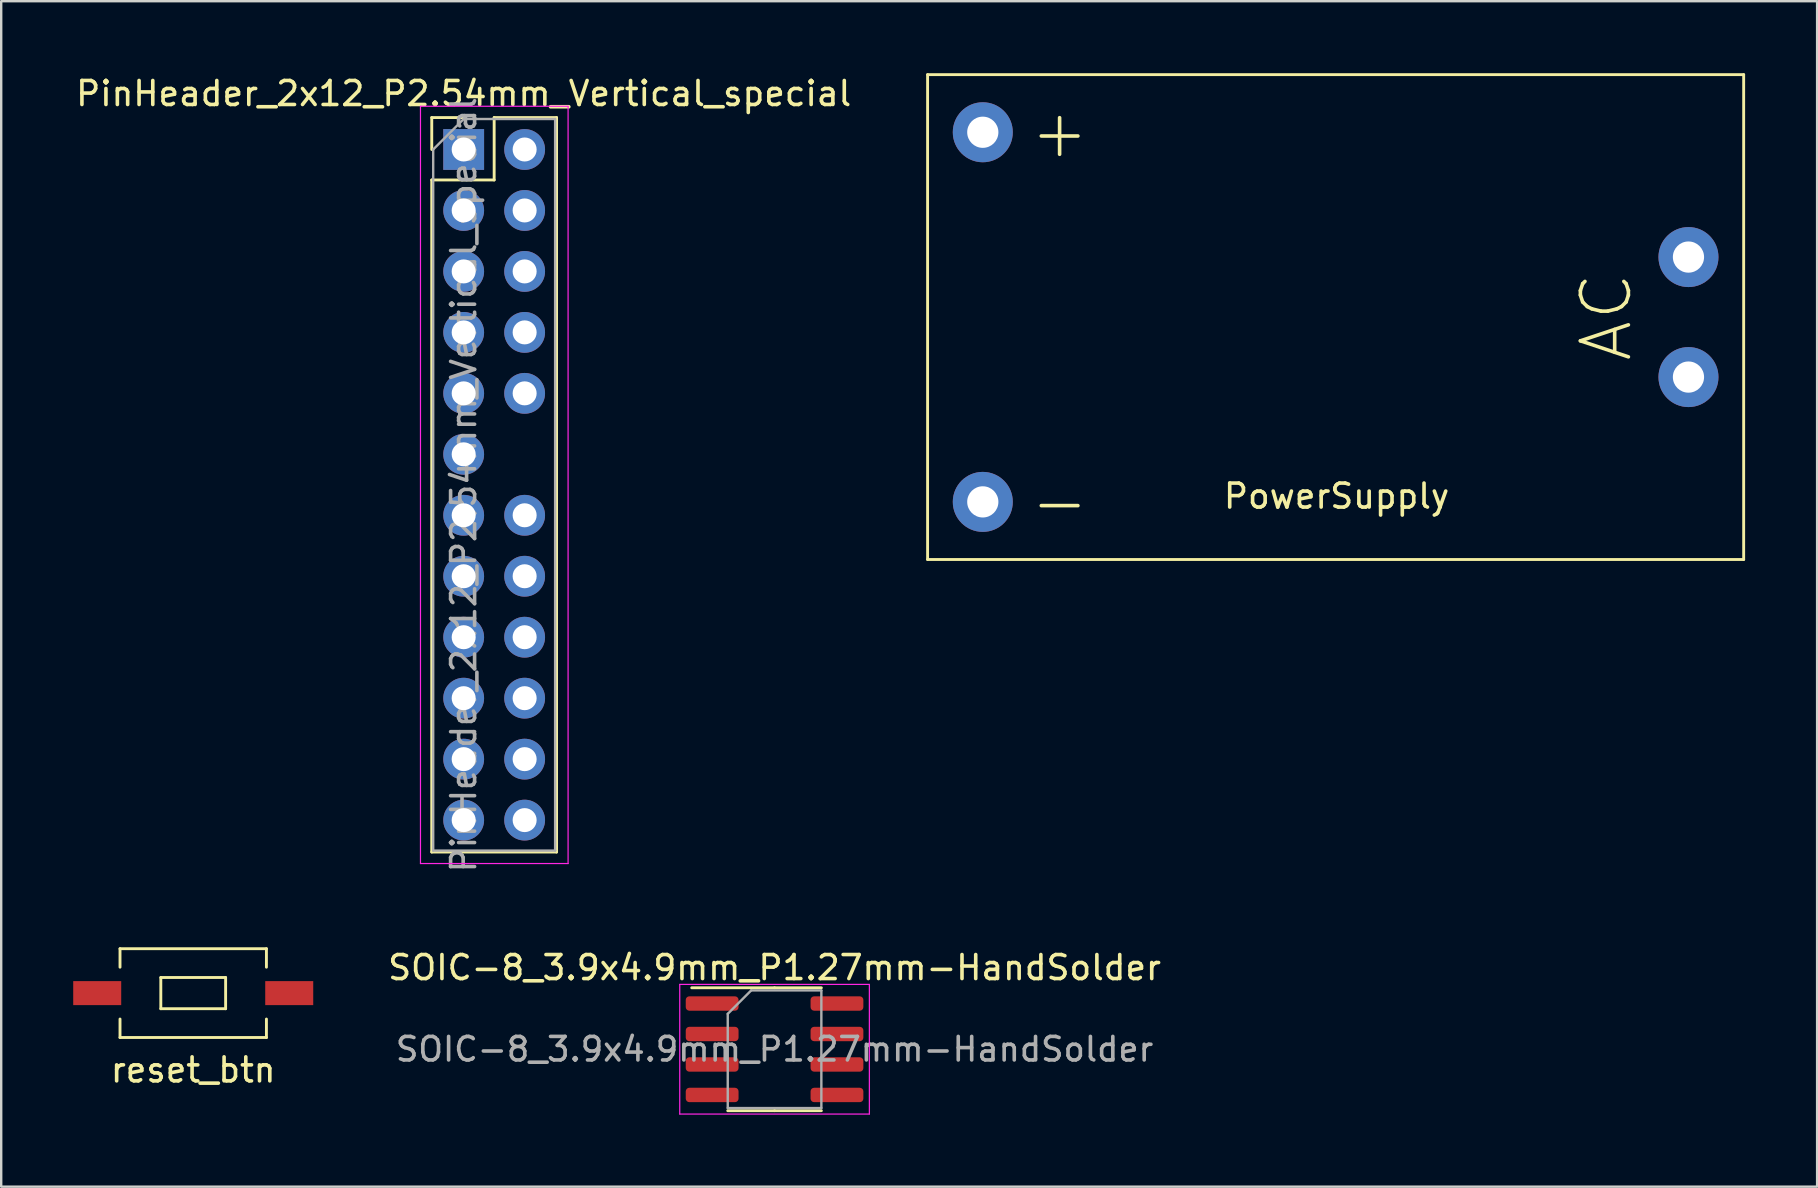
<source format=kicad_pcb>
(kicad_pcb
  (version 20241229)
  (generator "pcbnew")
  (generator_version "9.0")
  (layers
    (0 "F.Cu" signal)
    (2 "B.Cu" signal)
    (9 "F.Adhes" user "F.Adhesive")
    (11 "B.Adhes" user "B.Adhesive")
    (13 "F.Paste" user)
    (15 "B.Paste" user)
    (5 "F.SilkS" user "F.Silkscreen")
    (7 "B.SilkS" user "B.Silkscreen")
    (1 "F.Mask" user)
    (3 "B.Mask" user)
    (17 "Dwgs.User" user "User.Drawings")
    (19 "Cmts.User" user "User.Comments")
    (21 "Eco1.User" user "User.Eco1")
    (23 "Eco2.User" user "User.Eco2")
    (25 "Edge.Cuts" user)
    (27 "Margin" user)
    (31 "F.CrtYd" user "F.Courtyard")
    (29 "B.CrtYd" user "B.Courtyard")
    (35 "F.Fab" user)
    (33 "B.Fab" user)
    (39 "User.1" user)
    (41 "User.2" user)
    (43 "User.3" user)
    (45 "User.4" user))
  (footprint "PowerSupply"
    (layer "F.Cu")
    (at 52.596 10.16)
    (property "Reference" "PowerSupply" (at 0.04 7.46 0) (layer "F.SilkS") (effects (font (size 1 1) (thickness 0.15))))
    (attr through_hole)
    (fp_line (start -17 -10.1) (end -17 10.1) (stroke (width 0.12) (type solid)) (layer "F.SilkS"))
    (fp_line (start -17 -10.1) (end 17 -10.1) (stroke (width 0.12) (type solid)) (layer "F.SilkS"))
    (fp_line (start -17 10.1) (end 17 10.1) (stroke (width 0.12) (type solid)) (layer "F.SilkS"))
    (fp_line (start 17 -10.1) (end 17 10.1) (stroke (width 0.12) (type solid)) (layer "F.SilkS"))
    (fp_text user "-" (at -11.5 7.7 0) (layer "F.SilkS") (effects (font (size 2 2) (thickness 0.15))))
    (fp_text user "+" (at -11.5 -7.7 0) (layer "F.SilkS") (effects (font (size 2 2) (thickness 0.15))))
    (fp_text user "AC" (at 11.28 -0.01 90) (layer "F.SilkS") (effects (font (size 2 2) (thickness 0.15))))
    (pad "1" thru_hole circle (at 14.7 -2.5) (size 2.5 2.5) (drill 1.3) (layers "*.Cu" "*.Mask"))
    (pad "2" thru_hole circle (at 14.7 2.5) (size 2.5 2.5) (drill 1.3) (layers "*.Cu" "*.Mask"))
    (pad "3" thru_hole circle (at -14.7 7.7) (size 2.5 2.5) (drill 1.3) (layers "*.Cu" "*.Mask"))
    (pad "4" thru_hole circle (at -14.7 -7.7) (size 2.5 2.5) (drill 1.3) (layers "*.Cu" "*.Mask")))
  (footprint "PinHeader_2x12_P2.54mm_Vertical_special"
    (layer "F.Cu")
    (at 16.268 3.178)
    (property "Reference" "PinHeader_2x12_P2.54mm_Vertical_special" (at 0 -2.33 0) (layer "F.SilkS") (effects (font (size 1 1) (thickness 0.15))))
    (attr through_hole)
    (fp_line (start -1.33 -1.33) (end 0 -1.33) (stroke (width 0.12) (type solid)) (layer "F.SilkS"))
    (fp_line (start -1.33 0) (end -1.33 -1.33) (stroke (width 0.12) (type solid)) (layer "F.SilkS"))
    (fp_line (start -1.33 1.27) (end -1.33 29.27) (stroke (width 0.12) (type solid)) (layer "F.SilkS"))
    (fp_line (start -1.33 1.27) (end 1.27 1.27) (stroke (width 0.12) (type solid)) (layer "F.SilkS"))
    (fp_line (start -1.33 29.27) (end 3.87 29.27) (stroke (width 0.12) (type solid)) (layer "F.SilkS"))
    (fp_line (start 1.27 -1.33) (end 3.87 -1.33) (stroke (width 0.12) (type solid)) (layer "F.SilkS"))
    (fp_line (start 1.27 1.27) (end 1.27 -1.33) (stroke (width 0.12) (type solid)) (layer "F.SilkS"))
    (fp_line (start 3.87 -1.33) (end 3.87 29.27) (stroke (width 0.12) (type solid)) (layer "F.SilkS"))
    (fp_line (start -1.8 -1.8) (end -1.8 29.75) (stroke (width 0.05) (type solid)) (layer "F.CrtYd"))
    (fp_line (start -1.8 29.75) (end 4.35 29.75) (stroke (width 0.05) (type solid)) (layer "F.CrtYd"))
    (fp_line (start 4.35 -1.8) (end -1.8 -1.8) (stroke (width 0.05) (type solid)) (layer "F.CrtYd"))
    (fp_line (start 4.35 29.75) (end 4.35 -1.8) (stroke (width 0.05) (type solid)) (layer "F.CrtYd"))
    (fp_line (start -1.27 0) (end 0 -1.27) (stroke (width 0.1) (type solid)) (layer "F.Fab"))
    (fp_line (start -1.27 29.21) (end -1.27 0) (stroke (width 0.1) (type solid)) (layer "F.Fab"))
    (fp_line (start 0 -1.27) (end 3.81 -1.27) (stroke (width 0.1) (type solid)) (layer "F.Fab"))
    (fp_line (start 3.81 -1.27) (end 3.81 29.21) (stroke (width 0.1) (type solid)) (layer "F.Fab"))
    (fp_line (start 3.81 29.21) (end -1.27 29.21) (stroke (width 0.1) (type solid)) (layer "F.Fab"))
    (fp_text user "${REFERENCE}" (at 0 13.97 90) (layer "F.Fab") (effects (font (size 1 1) (thickness 0.15))))
    (pad "1" thru_hole rect (at 0 0) (size 1.7 1.7) (drill 1) (layers "*.Cu" "*.Mask"))
    (pad "2" thru_hole oval (at 2.54 0) (size 1.7 1.7) (drill 1) (layers "*.Cu" "*.Mask"))
    (pad "3" thru_hole oval (at 0 2.54) (size 1.7 1.7) (drill 1) (layers "*.Cu" "*.Mask"))
    (pad "4" thru_hole oval (at 2.54 2.54) (size 1.7 1.7) (drill 1) (layers "*.Cu" "*.Mask"))
    (pad "5" thru_hole oval (at 0 5.08) (size 1.7 1.7) (drill 1) (layers "*.Cu" "*.Mask"))
    (pad "6" thru_hole oval (at 2.54 5.08) (size 1.7 1.7) (drill 1) (layers "*.Cu" "*.Mask"))
    (pad "7" thru_hole oval (at 0 7.62) (size 1.7 1.7) (drill 1) (layers "*.Cu" "*.Mask"))
    (pad "8" thru_hole oval (at 2.54 7.62) (size 1.7 1.7) (drill 1) (layers "*.Cu" "*.Mask"))
    (pad "9" thru_hole oval (at 0 10.16) (size 1.7 1.7) (drill 1) (layers "*.Cu" "*.Mask"))
    (pad "10" thru_hole oval (at 2.54 10.16) (size 1.7 1.7) (drill 1) (layers "*.Cu" "*.Mask"))
    (pad "11" thru_hole oval (at 0 12.7) (size 1.7 1.7) (drill 1) (layers "*.Cu" "*.Mask"))
    (pad "13" thru_hole oval (at 0 15.24) (size 1.7 1.7) (drill 1) (layers "*.Cu" "*.Mask"))
    (pad "14" thru_hole oval (at 2.54 15.24) (size 1.7 1.7) (drill 1) (layers "*.Cu" "*.Mask"))
    (pad "15" thru_hole oval (at 0 17.78) (size 1.7 1.7) (drill 1) (layers "*.Cu" "*.Mask"))
    (pad "16" thru_hole oval (at 2.54 17.78) (size 1.7 1.7) (drill 1) (layers "*.Cu" "*.Mask"))
    (pad "17" thru_hole oval (at 0 20.32) (size 1.7 1.7) (drill 1) (layers "*.Cu" "*.Mask"))
    (pad "18" thru_hole oval (at 2.54 20.32) (size 1.7 1.7) (drill 1) (layers "*.Cu" "*.Mask"))
    (pad "19" thru_hole oval (at 0 22.86) (size 1.7 1.7) (drill 1) (layers "*.Cu" "*.Mask"))
    (pad "20" thru_hole oval (at 2.54 22.86) (size 1.7 1.7) (drill 1) (layers "*.Cu" "*.Mask"))
    (pad "21" thru_hole oval (at 0 25.4) (size 1.7 1.7) (drill 1) (layers "*.Cu" "*.Mask"))
    (pad "22" thru_hole oval (at 2.54 25.4) (size 1.7 1.7) (drill 1) (layers "*.Cu" "*.Mask"))
    (pad "23" thru_hole oval (at 0 27.94) (size 1.7 1.7) (drill 1) (layers "*.Cu" "*.Mask"))
    (pad "24" thru_hole oval (at 2.54 27.94) (size 1.7 1.7) (drill 1) (layers "*.Cu" "*.Mask")))
  (footprint "reset_btn"
    (layer "F.Cu")
    (at 5 38.326)
    (property "Reference" "reset_btn" (at 0 3.2 0) (layer "F.SilkS") (effects (font (size 1 1) (thickness 0.15))))
    (attr through_hole)
    (fp_line (start -3.05 -1.85) (end -3.05 -1.08) (stroke (width 0.12) (type solid)) (layer "F.SilkS"))
    (fp_line (start -3.05 -1.85) (end 3.05 -1.85) (stroke (width 0.12) (type solid)) (layer "F.SilkS"))
    (fp_line (start -3.05 1.08) (end -3.05 1.85) (stroke (width 0.12) (type solid)) (layer "F.SilkS"))
    (fp_line (start -3.05 1.85) (end 3.05 1.85) (stroke (width 0.12) (type solid)) (layer "F.SilkS"))
    (fp_line (start -1.35 -0.65) (end -1.35 0.65) (stroke (width 0.12) (type solid)) (layer "F.SilkS"))
    (fp_line (start -1.35 -0.65) (end 1.35 -0.65) (stroke (width 0.12) (type solid)) (layer "F.SilkS"))
    (fp_line (start -1.35 0.65) (end 1.35 0.65) (stroke (width 0.12) (type solid)) (layer "F.SilkS"))
    (fp_line (start 1.35 0.65) (end 1.35 -0.65) (stroke (width 0.12) (type solid)) (layer "F.SilkS"))
    (fp_line (start 3.05 -1.85) (end 3.05 -1.08) (stroke (width 0.12) (type solid)) (layer "F.SilkS"))
    (fp_line (start 3.05 1.08) (end 3.05 1.85) (stroke (width 0.12) (type solid)) (layer "F.SilkS"))
    (pad "1" smd rect (at 4 0) (size 2 1) (layers "F.Cu" "F.Mask" "F.Paste"))
    (pad "2" smd rect (at -4 0) (size 2 1) (layers "F.Cu" "F.Mask" "F.Paste")))
  (footprint "SOIC-8_3.9x4.9mm_P1.27mm-HandSolder"
    (layer "F.Cu")
    (at 29.22 40.664)
    (property "Reference" "SOIC-8_3.9x4.9mm_P1.27mm-HandSolder" (at 0 -3.4 0) (layer "F.SilkS") (effects (font (size 1 1) (thickness 0.15))))
    (attr smd)
    (fp_line (start 0 -2.56) (end -3.45 -2.56) (stroke (width 0.12) (type solid)) (layer "F.SilkS"))
    (fp_line (start 0 -2.56) (end 1.95 -2.56) (stroke (width 0.12) (type solid)) (layer "F.SilkS"))
    (fp_line (start 0 2.56) (end -1.95 2.56) (stroke (width 0.12) (type solid)) (layer "F.SilkS"))
    (fp_line (start 0 2.56) (end 1.95 2.56) (stroke (width 0.12) (type solid)) (layer "F.SilkS"))
    (fp_line (start -3.95 -2.7) (end -3.95 2.7) (stroke (width 0.05) (type solid)) (layer "F.CrtYd"))
    (fp_line (start -3.95 2.7) (end 3.95 2.7) (stroke (width 0.05) (type solid)) (layer "F.CrtYd"))
    (fp_line (start 3.95 -2.7) (end -3.95 -2.7) (stroke (width 0.05) (type solid)) (layer "F.CrtYd"))
    (fp_line (start 3.95 2.7) (end 3.95 -2.7) (stroke (width 0.05) (type solid)) (layer "F.CrtYd"))
    (fp_line (start -1.95 -1.475) (end -0.975 -2.45) (stroke (width 0.1) (type solid)) (layer "F.Fab"))
    (fp_line (start -1.95 2.45) (end -1.95 -1.475) (stroke (width 0.1) (type solid)) (layer "F.Fab"))
    (fp_line (start -0.975 -2.45) (end 1.95 -2.45) (stroke (width 0.1) (type solid)) (layer "F.Fab"))
    (fp_line (start 1.95 -2.45) (end 1.95 2.45) (stroke (width 0.1) (type solid)) (layer "F.Fab"))
    (fp_line (start 1.95 2.45) (end -1.95 2.45) (stroke (width 0.1) (type solid)) (layer "F.Fab"))
    (fp_text user "${REFERENCE}" (at 0 0 0) (layer "F.Fab") (effects (font (size 0.98 0.98) (thickness 0.15))))
    (pad "1" smd roundrect (at -2.6 -1.905) (size 2.2 0.6) (layers "F.Cu" "F.Mask" "F.Paste") (roundrect_rratio 0.25))
    (pad "2" smd roundrect (at -2.6 -0.635) (size 2.2 0.6) (layers "F.Cu" "F.Mask" "F.Paste") (roundrect_rratio 0.25))
    (pad "3" smd roundrect (at -2.6 0.635) (size 2.2 0.6) (layers "F.Cu" "F.Mask" "F.Paste") (roundrect_rratio 0.25))
    (pad "4" smd roundrect (at -2.6 1.905) (size 2.2 0.6) (layers "F.Cu" "F.Mask" "F.Paste") (roundrect_rratio 0.25))
    (pad "5" smd roundrect (at 2.6 1.905) (size 2.2 0.6) (layers "F.Cu" "F.Mask" "F.Paste") (roundrect_rratio 0.25))
    (pad "6" smd roundrect (at 2.6 0.635) (size 2.2 0.6) (layers "F.Cu" "F.Mask" "F.Paste") (roundrect_rratio 0.25))
    (pad "7" smd roundrect (at 2.6 -0.635) (size 2.2 0.6) (layers "F.Cu" "F.Mask" "F.Paste") (roundrect_rratio 0.25))
    (pad "8" smd roundrect (at 2.6 -1.905) (size 2.2 0.6) (layers "F.Cu" "F.Mask" "F.Paste") (roundrect_rratio 0.25)))
  (gr_rect
    (start -3 -3)
    (end 72.656 46.389)
    (stroke (width 0.1) (type default))
    (fill no)
    (layer "Edge.Cuts")))
</source>
